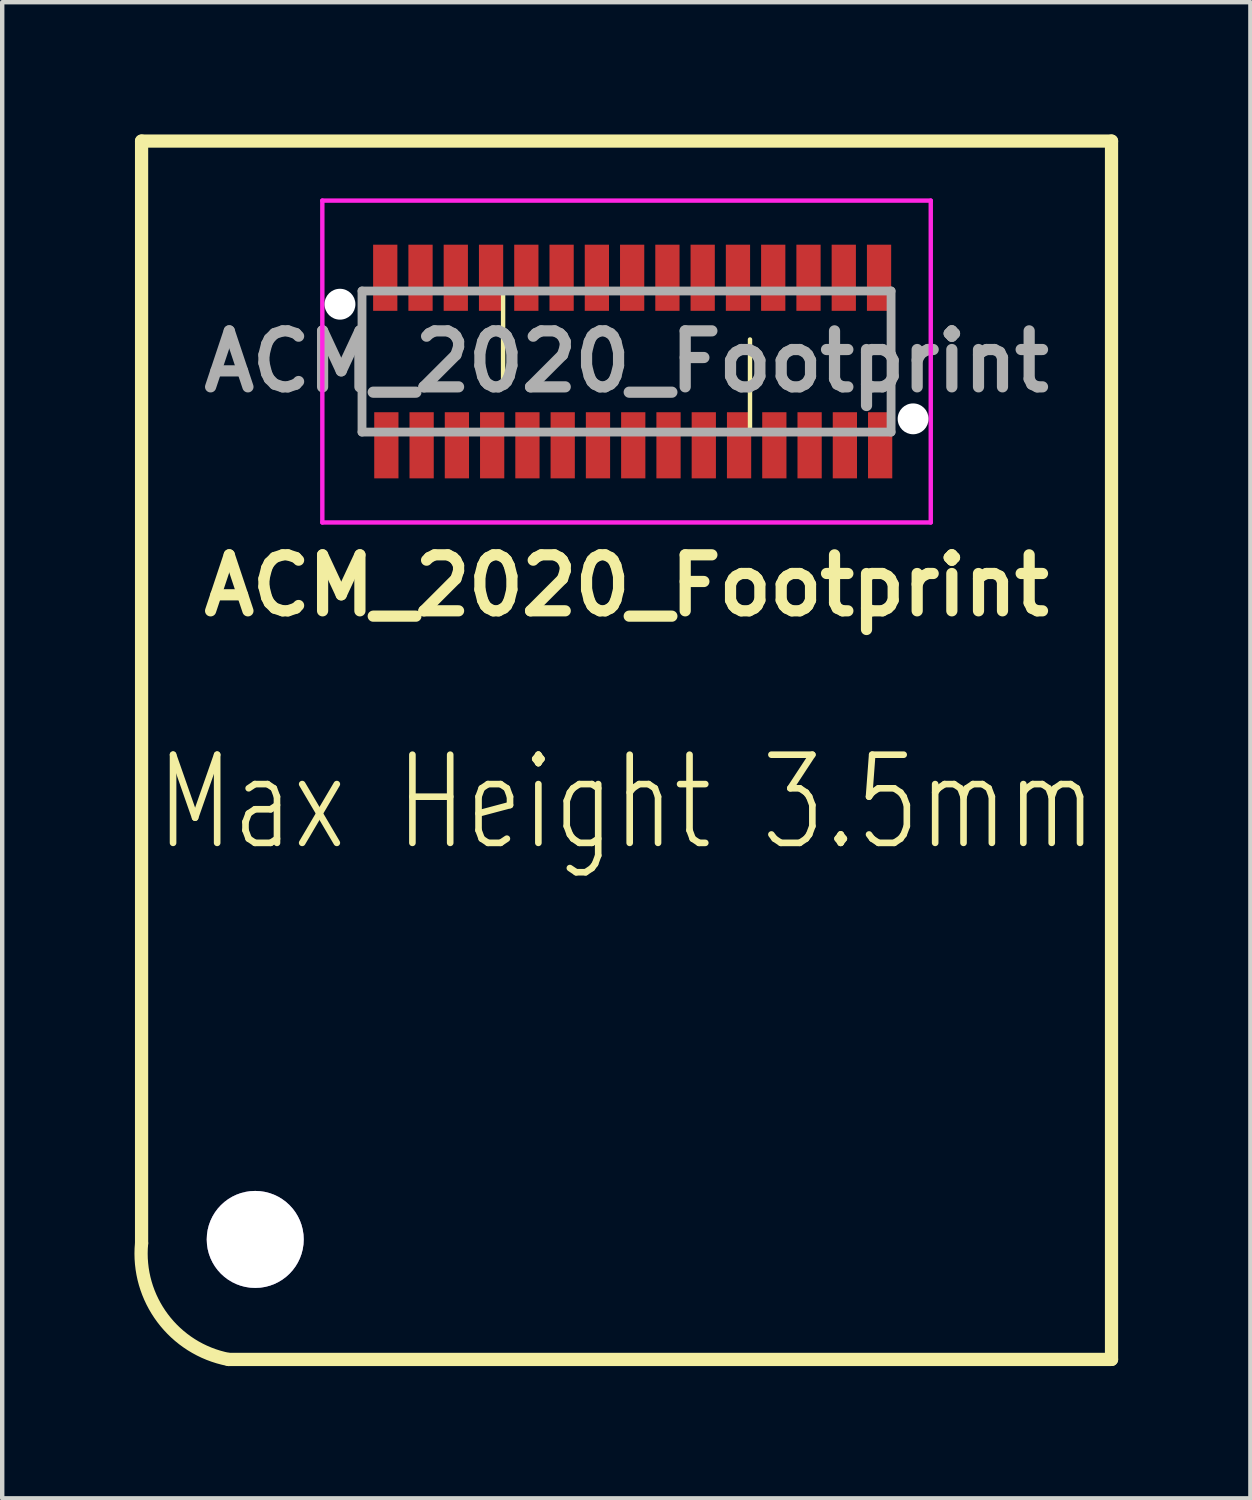
<source format=kicad_pcb>
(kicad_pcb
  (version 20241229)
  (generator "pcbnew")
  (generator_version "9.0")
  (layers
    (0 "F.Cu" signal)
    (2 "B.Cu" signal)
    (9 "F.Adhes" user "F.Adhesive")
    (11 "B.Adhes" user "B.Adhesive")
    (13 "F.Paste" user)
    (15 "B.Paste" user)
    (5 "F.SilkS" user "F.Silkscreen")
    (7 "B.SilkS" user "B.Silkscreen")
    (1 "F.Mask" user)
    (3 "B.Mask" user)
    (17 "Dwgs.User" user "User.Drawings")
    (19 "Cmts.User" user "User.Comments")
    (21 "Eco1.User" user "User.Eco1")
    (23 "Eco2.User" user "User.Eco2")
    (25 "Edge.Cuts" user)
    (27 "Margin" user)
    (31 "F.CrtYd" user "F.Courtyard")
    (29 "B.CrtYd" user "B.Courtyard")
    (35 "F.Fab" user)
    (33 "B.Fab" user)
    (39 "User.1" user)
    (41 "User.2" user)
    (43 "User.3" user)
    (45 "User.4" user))
  (footprint "ACM_2020_Footprint"
    (layer "F.Cu")
    (at 11.161 5.15)
    (property "Reference" "ACM_2020_Footprint" (at 0 5.08 180) (layer "F.SilkS") (effects (font (size 1.27 1.27) (thickness 0.254))))
    (attr through_hole)
    (fp_line (start -11 -5) (end -11 20) (stroke (width 0.3) (type solid)) (layer "F.SilkS"))
    (fp_line (start -11 -5) (end 11 -5) (stroke (width 0.3) (type solid)) (layer "F.SilkS"))
    (fp_line (start -2.8 -1.6) (end -2.8 0.5) (stroke (width 0.1) (type solid)) (layer "F.SilkS"))
    (fp_line (start -2 -1.6) (end -2.8 -1.6) (stroke (width 0.1) (type solid)) (layer "F.SilkS"))
    (fp_line (start 2.8 -0.5) (end 2.8 1.6) (stroke (width 0.1) (type solid)) (layer "F.SilkS"))
    (fp_line (start 2.8 1.6) (end 2 1.6) (stroke (width 0.1) (type solid)) (layer "F.SilkS"))
    (fp_line (start 11 -5) (end 11 22.634) (stroke (width 0.3) (type solid)) (layer "F.SilkS"))
    (fp_line (start 11 22.634) (end -9.026 22.634) (stroke (width 0.3) (type solid)) (layer "F.SilkS"))
    (fp_arc (start -9.026231 22.634393) (mid -10.522171 21.698597) (end -11 20) (stroke (width 0.3) (type solid)) (layer "F.SilkS"))
    (fp_line (start -6.9 -3.65) (end 6.9 -3.65) (stroke (width 0.1) (type solid)) (layer "F.CrtYd"))
    (fp_line (start -6.9 3.65) (end -6.9 -3.65) (stroke (width 0.1) (type solid)) (layer "F.CrtYd"))
    (fp_line (start 6.9 -3.65) (end 6.9 3.65) (stroke (width 0.1) (type solid)) (layer "F.CrtYd"))
    (fp_line (start 6.9 3.65) (end -6.9 3.65) (stroke (width 0.1) (type solid)) (layer "F.CrtYd"))
    (fp_line (start -6 -1.6) (end 6 -1.6) (stroke (width 0.2) (type solid)) (layer "F.Fab"))
    (fp_line (start -6 1.6) (end -6 -1.6) (stroke (width 0.2) (type solid)) (layer "F.Fab"))
    (fp_line (start 6 -1.6) (end 6 1.6) (stroke (width 0.2) (type solid)) (layer "F.Fab"))
    (fp_line (start 6 1.6) (end -6 1.6) (stroke (width 0.2) (type solid)) (layer "F.Fab"))
    (fp_text user "Max Height 3.5mm" (at 0 10 0) (layer "F.SilkS") (effects (font (size 2 1.5) (thickness 0.15))))
    (fp_text user "${REFERENCE}" (at 0 0 180) (layer "F.Fab") (effects (font (size 1.27 1.27) (thickness 0.254))))
    (pad "" thru_hole circle (at -8.422 19.912) (size 2.2 2.2) (drill 2.2) (layers "*.Cu" "*.Mask"))
    (pad "" np_thru_hole circle (at -6.5 -1.3) (size 0.7 0.7) (drill 0.7) (layers "*.Cu" "*.Mask"))
    (pad "" np_thru_hole circle (at 6.5 1.3) (size 0.7 0.7) (drill 0.7) (layers "*.Cu" "*.Mask"))
    (pad "1" smd rect (at 5.752 1.9) (size 0.55 1.5) (layers "F.Cu" "F.Mask" "F.Paste"))
    (pad "2" smd rect (at 5.727 -1.9) (size 0.55 1.5) (layers "F.Cu" "F.Mask" "F.Paste"))
    (pad "3" smd rect (at 4.952 1.9) (size 0.55 1.5) (layers "F.Cu" "F.Mask" "F.Paste"))
    (pad "4" smd rect (at 4.927 -1.9) (size 0.55 1.5) (layers "F.Cu" "F.Mask" "F.Paste"))
    (pad "5" smd rect (at 4.152 1.9) (size 0.55 1.5) (layers "F.Cu" "F.Mask" "F.Paste"))
    (pad "6" smd rect (at 4.127 -1.9) (size 0.55 1.5) (layers "F.Cu" "F.Mask" "F.Paste"))
    (pad "7" smd rect (at 3.352 1.9) (size 0.55 1.5) (layers "F.Cu" "F.Mask" "F.Paste"))
    (pad "8" smd rect (at 3.327 -1.9) (size 0.55 1.5) (layers "F.Cu" "F.Mask" "F.Paste"))
    (pad "9" smd rect (at 2.552 1.9) (size 0.55 1.5) (layers "F.Cu" "F.Mask" "F.Paste"))
    (pad "10" smd rect (at 2.527 -1.9) (size 0.55 1.5) (layers "F.Cu" "F.Mask" "F.Paste"))
    (pad "11" smd rect (at 1.752 1.9) (size 0.55 1.5) (layers "F.Cu" "F.Mask" "F.Paste"))
    (pad "12" smd rect (at 1.727 -1.9) (size 0.55 1.5) (layers "F.Cu" "F.Mask" "F.Paste"))
    (pad "13" smd rect (at 0.952 1.9) (size 0.55 1.5) (layers "F.Cu" "F.Mask" "F.Paste"))
    (pad "14" smd rect (at 0.927 -1.9) (size 0.55 1.5) (layers "F.Cu" "F.Mask" "F.Paste"))
    (pad "15" smd rect (at 0.152 1.9) (size 0.55 1.5) (layers "F.Cu" "F.Mask" "F.Paste"))
    (pad "16" smd rect (at 0.127 -1.9) (size 0.55 1.5) (layers "F.Cu" "F.Mask" "F.Paste"))
    (pad "17" smd rect (at -0.648 1.9) (size 0.55 1.5) (layers "F.Cu" "F.Mask" "F.Paste"))
    (pad "18" smd rect (at -0.673 -1.9) (size 0.55 1.5) (layers "F.Cu" "F.Mask" "F.Paste"))
    (pad "19" smd rect (at -1.448 1.9) (size 0.55 1.5) (layers "F.Cu" "F.Mask" "F.Paste"))
    (pad "20" smd rect (at -1.473 -1.9) (size 0.55 1.5) (layers "F.Cu" "F.Mask" "F.Paste"))
    (pad "21" smd rect (at -2.248 1.9) (size 0.55 1.5) (layers "F.Cu" "F.Mask" "F.Paste"))
    (pad "22" smd rect (at -2.273 -1.9) (size 0.55 1.5) (layers "F.Cu" "F.Mask" "F.Paste"))
    (pad "23" smd rect (at -3.048 1.9) (size 0.55 1.5) (layers "F.Cu" "F.Mask" "F.Paste"))
    (pad "24" smd rect (at -3.073 -1.9) (size 0.55 1.5) (layers "F.Cu" "F.Mask" "F.Paste"))
    (pad "25" smd rect (at -3.848 1.9) (size 0.55 1.5) (layers "F.Cu" "F.Mask" "F.Paste"))
    (pad "26" smd rect (at -3.873 -1.9) (size 0.55 1.5) (layers "F.Cu" "F.Mask" "F.Paste"))
    (pad "27" smd rect (at -4.648 1.9) (size 0.55 1.5) (layers "F.Cu" "F.Mask" "F.Paste"))
    (pad "28" smd rect (at -4.673 -1.9) (size 0.55 1.5) (layers "F.Cu" "F.Mask" "F.Paste"))
    (pad "29" smd rect (at -5.448 1.9) (size 0.55 1.5) (layers "F.Cu" "F.Mask" "F.Paste"))
    (pad "30" smd rect (at -5.473 -1.9) (size 0.55 1.5) (layers "F.Cu" "F.Mask" "F.Paste")))
  (gr_rect
    (start -3 -3)
    (end 25.311 30.934)
    (stroke (width 0.1) (type default))
    (fill no)
    (layer "Edge.Cuts")))
</source>
